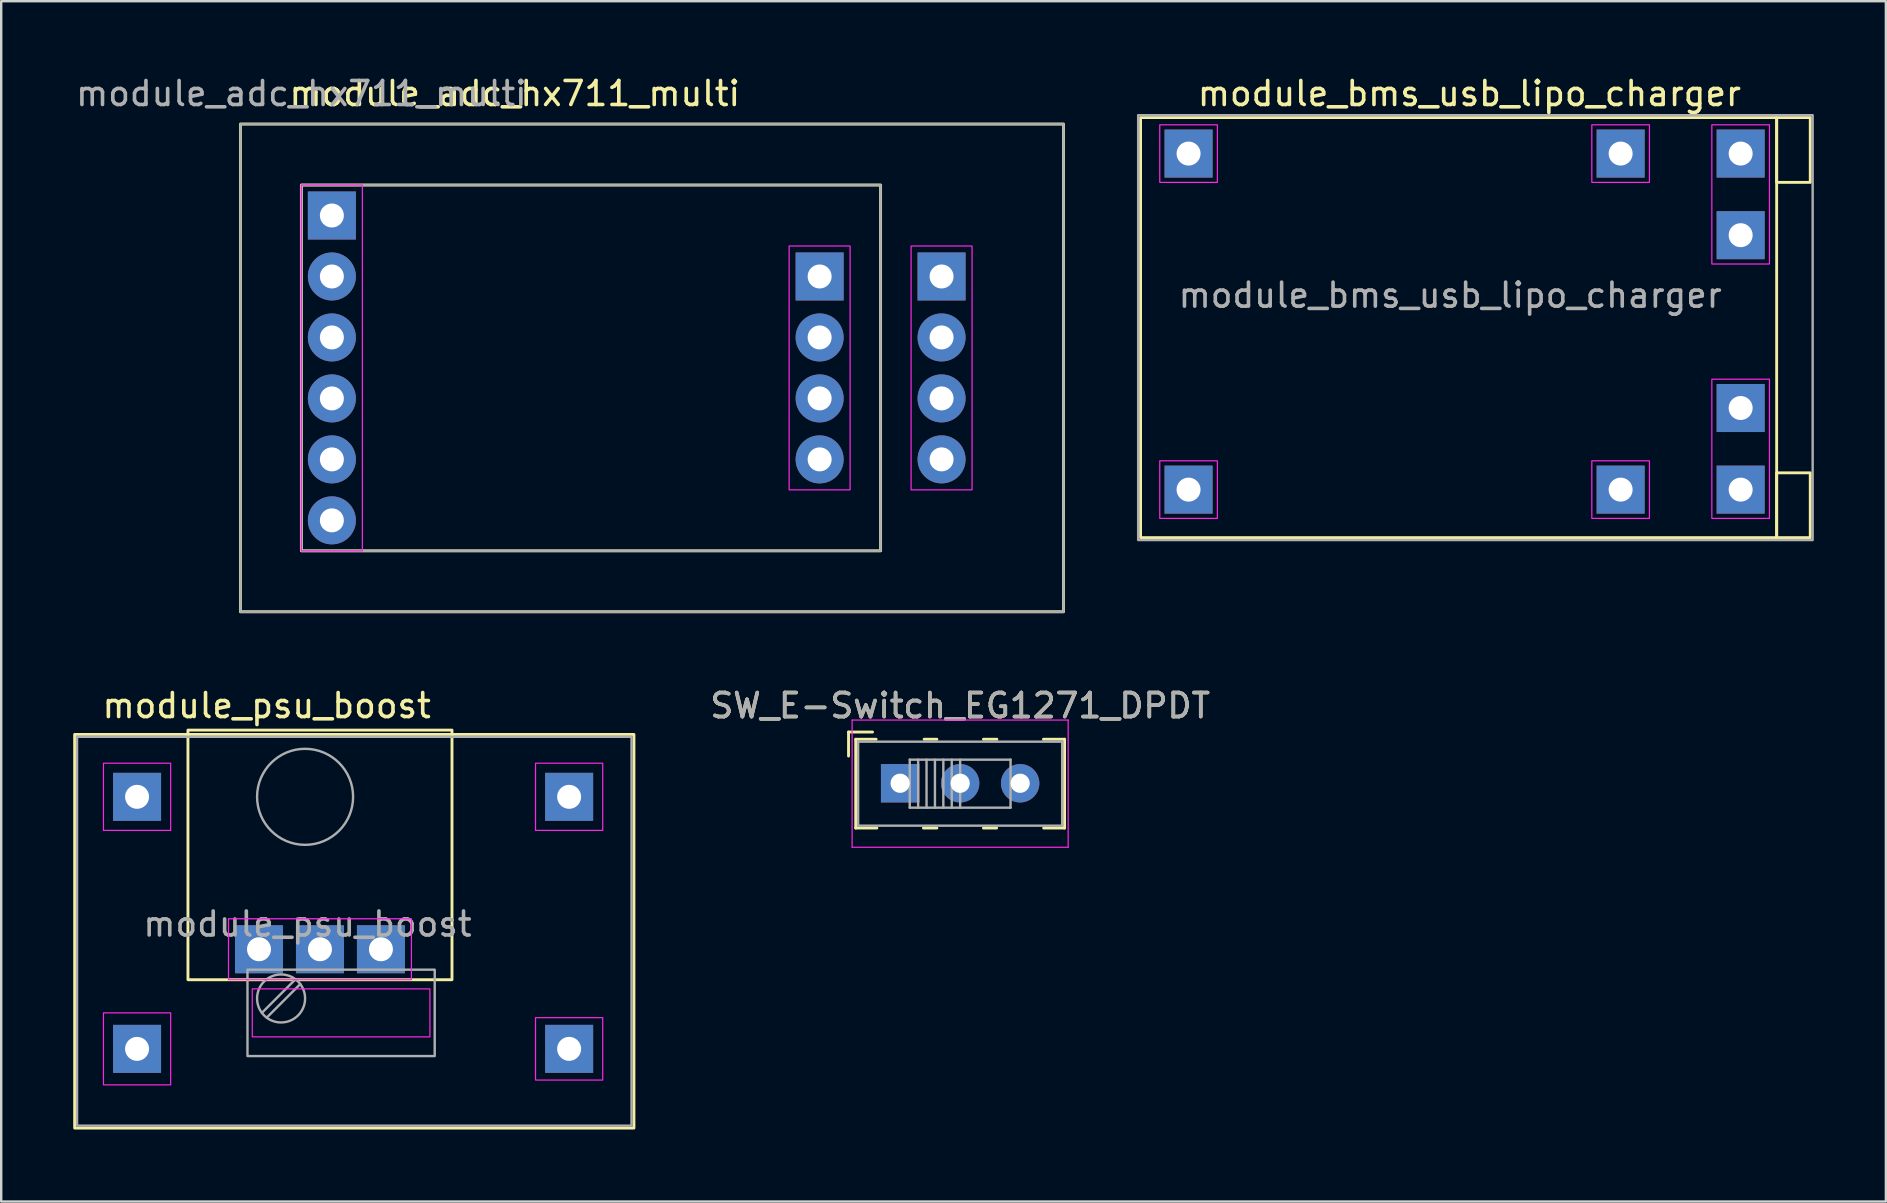
<source format=kicad_pcb>
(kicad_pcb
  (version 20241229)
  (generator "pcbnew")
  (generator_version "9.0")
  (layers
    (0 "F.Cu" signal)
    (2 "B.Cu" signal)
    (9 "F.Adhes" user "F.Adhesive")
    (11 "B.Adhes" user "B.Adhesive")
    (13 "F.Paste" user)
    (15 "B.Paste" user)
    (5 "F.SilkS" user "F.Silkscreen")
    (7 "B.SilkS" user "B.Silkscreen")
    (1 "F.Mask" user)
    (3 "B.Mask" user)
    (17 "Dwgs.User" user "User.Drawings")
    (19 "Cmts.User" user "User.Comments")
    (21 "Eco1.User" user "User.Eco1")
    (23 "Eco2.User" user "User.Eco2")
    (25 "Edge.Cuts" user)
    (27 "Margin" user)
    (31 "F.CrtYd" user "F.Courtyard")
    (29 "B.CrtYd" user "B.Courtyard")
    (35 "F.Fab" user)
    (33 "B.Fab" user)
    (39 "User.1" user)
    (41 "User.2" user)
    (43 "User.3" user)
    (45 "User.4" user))
  (footprint "module_adc_hx711_multi"
    (layer "F.Cu")
    (at 10.776 5.928)
    (property "Reference" "module_adc_hx711_multi" (at 7.62 -5.08 0) (unlocked yes) (layer "F.SilkS") (effects (font (size 1 1) (thickness 0.15))))
    (attr through_hole)
    (fp_rect (start -1.27 -1.27) (end 22.86 13.97) (stroke (width 0.12) (type solid)) (fill no) (layer "F.SilkS"))
    (fp_rect (start 30.48 -3.81) (end -3.81 16.51) (stroke (width 0.12) (type solid)) (fill no) (layer "F.SilkS"))
    (fp_rect (start -1.27 -1.27) (end 1.27 13.97) (stroke (width 0.05) (type solid)) (fill no) (layer "F.CrtYd"))
    (fp_rect (start 19.05 1.27) (end 21.59 11.43) (stroke (width 0.05) (type solid)) (fill no) (layer "F.CrtYd"))
    (fp_rect (start 24.13 1.27) (end 26.67 11.43) (stroke (width 0.05) (type solid)) (fill no) (layer "F.CrtYd"))
    (fp_rect (start -3.81 -3.81) (end 30.48 16.51) (stroke (width 0.1) (type solid)) (fill no) (layer "F.Fab"))
    (fp_rect (start -1.27 -1.27) (end 22.86 13.97) (stroke (width 0.1) (type solid)) (fill no) (layer "F.Fab"))
    (fp_text user "${REFERENCE}" (at -1.27 -5.08 0) (unlocked yes) (layer "F.Fab") (effects (font (size 1 1) (thickness 0.15))))
    (pad "a1" thru_hole rect (at 0 0) (size 2 2) (drill 1) (layers "*.Cu" "*.Mask"))
    (pad "a2" thru_hole circle (at 0 2.54) (size 2 2) (drill 1) (layers "*.Cu" "*.Mask"))
    (pad "a3" thru_hole circle (at 0 5.08) (size 2 2) (drill 1) (layers "*.Cu" "*.Mask"))
    (pad "a4" thru_hole circle (at 0 7.62) (size 2 2) (drill 1) (layers "*.Cu" "*.Mask"))
    (pad "a5" thru_hole circle (at 0 10.16) (size 2 2) (drill 1) (layers "*.Cu" "*.Mask"))
    (pad "a6" thru_hole circle (at 0 12.7) (size 2 2) (drill 1) (layers "*.Cu" "*.Mask"))
    (pad "b1" thru_hole rect (at 20.32 2.54) (size 2 2) (drill 1) (layers "*.Cu" "*.Mask"))
    (pad "b1" thru_hole rect (at 25.4 2.54) (size 2 2) (drill 1) (layers "*.Cu" "*.Mask"))
    (pad "b2" thru_hole circle (at 20.32 5.08) (size 2 2) (drill 1) (layers "*.Cu" "*.Mask"))
    (pad "b2" thru_hole circle (at 25.4 5.08) (size 2 2) (drill 1) (layers "*.Cu" "*.Mask"))
    (pad "b3" thru_hole circle (at 20.32 7.62) (size 2 2) (drill 1) (layers "*.Cu" "*.Mask"))
    (pad "b3" thru_hole circle (at 25.4 7.62) (size 2 2) (drill 1) (layers "*.Cu" "*.Mask"))
    (pad "b4" thru_hole circle (at 20.32 10.16) (size 2 2) (drill 1) (layers "*.Cu" "*.Mask"))
    (pad "b4" thru_hole circle (at 25.4 10.16) (size 2 2) (drill 1) (layers "*.Cu" "*.Mask")))
  (footprint "module_bms_usb_lipo_charger"
    (layer "F.Cu")
    (at 46.466 3.348)
    (property "Reference" "module_bms_usb_lipo_charger" (at 11.7 -2.5 0) (unlocked yes) (layer "F.SilkS") (effects (font (size 1 1) (thickness 0.15))))
    (attr through_hole)
    (fp_rect (start -2 -1.5) (end 24.5 16) (stroke (width 0.12) (type solid)) (fill no) (layer "F.SilkS"))
    (fp_rect (start 24.5 -1.5) (end 25.9 1.2) (stroke (width 0.12) (type solid)) (fill no) (layer "F.SilkS"))
    (fp_rect (start 24.5 16) (end 25.9 13.3) (stroke (width 0.12) (type solid)) (fill no) (layer "F.SilkS"))
    (fp_rect (start -1.2 -1.2) (end 1.2 1.2) (stroke (width 0.05) (type solid)) (fill no) (layer "F.CrtYd"))
    (fp_rect (start -1.2 12.8) (end 1.2 15.2) (stroke (width 0.05) (type solid)) (fill no) (layer "F.CrtYd"))
    (fp_rect (start 16.8 -1.2) (end 19.2 1.2) (stroke (width 0.05) (type solid)) (fill no) (layer "F.CrtYd"))
    (fp_rect (start 16.8 12.8) (end 19.2 15.2) (stroke (width 0.05) (type solid)) (fill no) (layer "F.CrtYd"))
    (fp_rect (start 21.8 -1.2) (end 24.2 4.6) (stroke (width 0.05) (type solid)) (fill no) (layer "F.CrtYd"))
    (fp_rect (start 21.8 15.2) (end 24.2 9.4) (stroke (width 0.05) (type solid)) (fill no) (layer "F.CrtYd"))
    (fp_rect (start -2.1 -1.6) (end 26 16.1) (stroke (width 0.1) (type solid)) (fill no) (layer "F.Fab"))
    (fp_text user "${REFERENCE}" (at 10.9 5.9 0) (unlocked yes) (layer "F.Fab") (effects (font (size 1 1) (thickness 0.15))))
    (pad "b1" thru_hole rect (at 18 0) (size 2 2) (drill 1) (layers "*.Cu" "*.Mask"))
    (pad "b1" thru_hole rect (at 23 3.4) (size 2 2) (drill 1) (layers "*.Cu" "*.Mask"))
    (pad "b2" thru_hole rect (at 18 14) (size 2 2) (drill 1) (layers "*.Cu" "*.Mask"))
    (pad "b2" thru_hole rect (at 23 10.6) (size 2 2) (drill 1) (layers "*.Cu" "*.Mask"))
    (pad "i1" thru_hole rect (at 0 0) (size 2 2) (drill 1) (layers "*.Cu" "*.Mask"))
    (pad "i2" thru_hole rect (at 0 14) (size 2 2) (drill 1) (layers "*.Cu" "*.Mask"))
    (pad "o1" thru_hole rect (at 23 0) (size 2 2) (drill 1) (layers "*.Cu" "*.Mask"))
    (pad "o2" thru_hole rect (at 23 14) (size 2 2) (drill 1) (layers "*.Cu" "*.Mask")))
  (footprint "SW_E-Switch_EG1271_DPDT"
    (layer "F.Cu")
    (at 34.45 29.581)
    (property "Reference" "SW_E-Switch_EG1271_DPDT" (at 2.5 -3.234 0) (layer "F.SilkS") (effects (font (size 1 1) (thickness 0.15))))
    (attr through_hole)
    (fp_line (start -2.15 -2.134) (end -1.15 -2.134) (stroke (width 0.12) (type solid)) (layer "F.SilkS"))
    (fp_line (start -2.15 -1.134) (end -2.15 -2.134) (stroke (width 0.12) (type solid)) (layer "F.SilkS"))
    (fp_line (start -1.85 -1.834) (end -1 -1.834) (stroke (width 0.12) (type solid)) (layer "F.SilkS"))
    (fp_line (start -1.85 1.866) (end -1.85 -1.834) (stroke (width 0.12) (type solid)) (layer "F.SilkS"))
    (fp_line (start -0.97 1.866) (end -1.85 1.866) (stroke (width 0.12) (type solid)) (layer "F.SilkS"))
    (fp_line (start 1 -1.834) (end 1.53 -1.834) (stroke (width 0.12) (type solid)) (layer "F.SilkS"))
    (fp_line (start 1.53 1.866) (end 0.97 1.866) (stroke (width 0.12) (type solid)) (layer "F.SilkS"))
    (fp_line (start 3.47 -1.834) (end 4.03 -1.834) (stroke (width 0.12) (type solid)) (layer "F.SilkS"))
    (fp_line (start 4.02 1.866) (end 3.47 1.866) (stroke (width 0.12) (type solid)) (layer "F.SilkS"))
    (fp_line (start 5.97 -1.834) (end 6.85 -1.834) (stroke (width 0.12) (type solid)) (layer "F.SilkS"))
    (fp_line (start 6.85 -1.834) (end 6.85 1.866) (stroke (width 0.12) (type solid)) (layer "F.SilkS"))
    (fp_line (start 6.85 1.866) (end 5.98 1.866) (stroke (width 0.12) (type solid)) (layer "F.SilkS"))
    (fp_line (start -2 -2.634) (end 7 -2.634) (stroke (width 0.05) (type solid)) (layer "F.CrtYd"))
    (fp_line (start -2 2.666) (end -2 -2.634) (stroke (width 0.05) (type solid)) (layer "F.CrtYd"))
    (fp_line (start 7 -2.634) (end 7 2.666) (stroke (width 0.05) (type solid)) (layer "F.CrtYd"))
    (fp_line (start 7 2.666) (end -2 2.666) (stroke (width 0.05) (type solid)) (layer "F.CrtYd"))
    (fp_line (start -1.75 -1.734) (end -1.75 1.766) (stroke (width 0.1) (type solid)) (layer "F.Fab"))
    (fp_line (start -1.75 -1.734) (end 6.75 -1.734) (stroke (width 0.1) (type solid)) (layer "F.Fab"))
    (fp_line (start 0.4 -0.984) (end 0.4 1.016) (stroke (width 0.1) (type solid)) (layer "F.Fab"))
    (fp_line (start 0.4 -0.984) (end 4.6 -0.984) (stroke (width 0.1) (type solid)) (layer "F.Fab"))
    (fp_line (start 0.75 -0.984) (end 0.75 1.016) (stroke (width 0.1) (type solid)) (layer "F.Fab"))
    (fp_line (start 1.1 -0.984) (end 1.1 1.016) (stroke (width 0.1) (type solid)) (layer "F.Fab"))
    (fp_line (start 1.45 -0.984) (end 1.45 1.016) (stroke (width 0.1) (type solid)) (layer "F.Fab"))
    (fp_line (start 1.8 -0.984) (end 1.8 1.016) (stroke (width 0.1) (type solid)) (layer "F.Fab"))
    (fp_line (start 2.15 -0.984) (end 2.15 1.016) (stroke (width 0.1) (type solid)) (layer "F.Fab"))
    (fp_line (start 2.5 -0.984) (end 2.5 1.016) (stroke (width 0.1) (type solid)) (layer "F.Fab"))
    (fp_line (start 4.6 -0.984) (end 4.6 1.016) (stroke (width 0.1) (type solid)) (layer "F.Fab"))
    (fp_line (start 4.6 1.016) (end 0.4 1.016) (stroke (width 0.1) (type solid)) (layer "F.Fab"))
    (fp_line (start 6.75 -1.734) (end 6.75 1.766) (stroke (width 0.1) (type solid)) (layer "F.Fab"))
    (fp_line (start 6.75 1.766) (end -1.75 1.766) (stroke (width 0.1) (type solid)) (layer "F.Fab"))
    (fp_text user "${REFERENCE}" (at 2.5 -3.234 0) (layer "F.Fab") (effects (font (size 1 1) (thickness 0.15))))
    (pad "1" thru_hole rect (at 0 0) (size 1.6 1.6) (drill 0.8) (layers "*.Cu" "*.Mask"))
    (pad "2" thru_hole circle (at 2.5 0) (size 1.6 1.6) (drill 0.8) (layers "*.Cu" "*.Mask"))
    (pad "3" thru_hole circle (at 5 0) (size 1.6 1.6) (drill 0.8) (layers "*.Cu" "*.Mask")))
  (footprint "module_psu_boost"
    (layer "F.Cu")
    (at 2.66 30.146)
    (property "Reference" "module_psu_boost" (at 5.4 -3.8 0) (unlocked yes) (layer "F.SilkS") (effects (font (size 1 1) (thickness 0.15))))
    (attr through_hole)
    (fp_rect (start 2.12 -2.78) (end 13.12 7.62) (stroke (width 0.12) (type solid)) (fill no) (layer "F.SilkS"))
    (fp_rect (start 20.7 13.8) (end -2.6 -2.6) (stroke (width 0.12) (type solid)) (fill no) (layer "F.SilkS"))
    (fp_rect (start -1.4 -1.4) (end 1.4 1.4) (stroke (width 0.05) (type solid)) (fill no) (layer "F.CrtYd"))
    (fp_rect (start -1.4 9) (end 1.4 12) (stroke (width 0.05) (type solid)) (fill no) (layer "F.CrtYd"))
    (fp_rect (start 3.81 5.08) (end 11.43 7.62) (stroke (width 0.05) (type solid)) (fill no) (layer "F.CrtYd"))
    (fp_rect (start 4.8 8) (end 12.2 10) (stroke (width 0.05) (type solid)) (fill no) (layer "F.CrtYd"))
    (fp_rect (start 16.6 -1.4) (end 19.4 1.4) (stroke (width 0.05) (type solid)) (fill no) (layer "F.CrtYd"))
    (fp_rect (start 16.6 9.2) (end 19.4 11.8) (stroke (width 0.05) (type solid)) (fill no) (layer "F.CrtYd"))
    (fp_line (start 5.2 9) (end 6.6 7.6) (stroke (width 0.1) (type solid)) (layer "F.Fab"))
    (fp_line (start 6.8 7.8) (end 5.4 9.2) (stroke (width 0.1) (type solid)) (layer "F.Fab"))
    (fp_rect (start -2.5 -2.5) (end 20.6 13.7) (stroke (width 0.1) (type solid)) (fill no) (layer "F.Fab"))
    (fp_rect (start 4.6 7.2) (end 12.4 10.8) (stroke (width 0.1) (type solid)) (fill no) (layer "F.Fab"))
    (fp_circle (center 6 8.4) (end 5 8.4) (stroke (width 0.1) (type solid)) (fill no) (layer "F.Fab"))
    (fp_circle (center 7 0) (end 5 0) (stroke (width 0.1) (type solid)) (fill no) (layer "F.Fab"))
    (fp_text user "${REFERENCE}" (at 7.1 5.3 0) (unlocked yes) (layer "F.Fab") (effects (font (size 1 1) (thickness 0.15))))
    (pad "i1" thru_hole rect (at 0 0) (size 2 2) (drill 1) (layers "*.Cu" "*.Mask"))
    (pad "i1" thru_hole rect (at 5.08 6.35) (size 2 2) (drill 1) (layers "*.Cu" "*.Mask"))
    (pad "i2" thru_hole rect (at 0 10.5) (size 2 2) (drill 1) (layers "*.Cu" "*.Mask"))
    (pad "i2" thru_hole rect (at 7.62 6.35) (size 2 2) (drill 1) (layers "*.Cu" "*.Mask"))
    (pad "o1" thru_hole rect (at 10.16 6.35) (size 2 2) (drill 1) (layers "*.Cu" "*.Mask"))
    (pad "o1" thru_hole rect (at 18 0) (size 2 2) (drill 1) (layers "*.Cu" "*.Mask"))
    (pad "o2" thru_hole rect (at 18 10.5) (size 2 2) (drill 1) (layers "*.Cu" "*.Mask")))
  (gr_rect
    (start -3 -3)
    (end 75.516 47.007)
    (stroke (width 0.1) (type default))
    (fill no)
    (layer "Edge.Cuts")))
</source>
